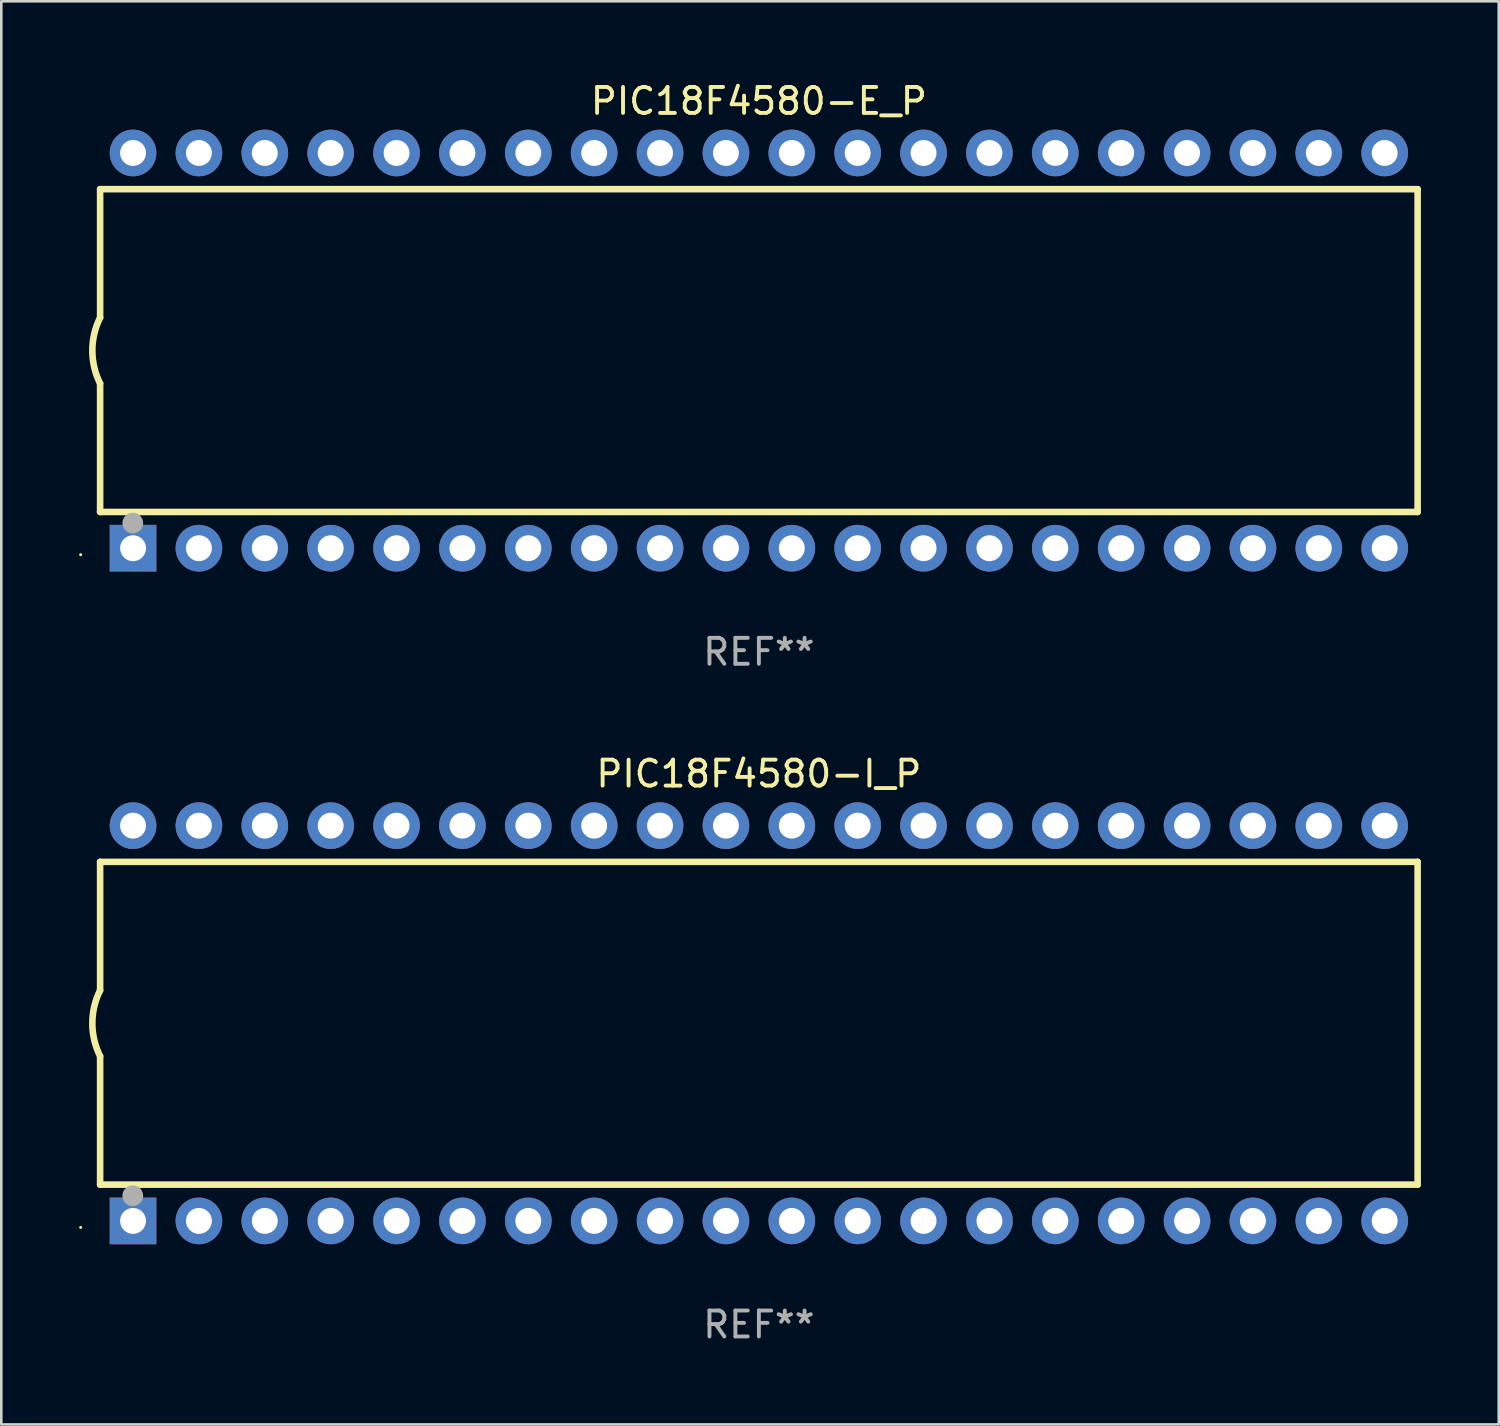
<source format=kicad_pcb>
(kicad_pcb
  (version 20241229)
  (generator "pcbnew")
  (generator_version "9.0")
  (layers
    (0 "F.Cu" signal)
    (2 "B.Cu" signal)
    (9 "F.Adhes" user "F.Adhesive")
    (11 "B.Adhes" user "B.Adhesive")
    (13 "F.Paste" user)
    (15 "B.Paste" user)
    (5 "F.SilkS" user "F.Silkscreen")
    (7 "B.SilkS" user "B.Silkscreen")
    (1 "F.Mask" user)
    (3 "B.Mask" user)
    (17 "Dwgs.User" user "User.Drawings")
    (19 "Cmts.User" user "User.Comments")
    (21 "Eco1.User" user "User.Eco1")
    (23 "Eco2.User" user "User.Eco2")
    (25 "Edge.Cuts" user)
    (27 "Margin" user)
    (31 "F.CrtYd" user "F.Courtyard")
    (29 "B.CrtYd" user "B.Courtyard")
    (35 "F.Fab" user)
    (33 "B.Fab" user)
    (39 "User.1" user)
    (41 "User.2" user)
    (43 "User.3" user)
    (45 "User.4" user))
  (footprint "PIC18F4580-E_P"
    (layer "F.Cu")
    (at 26.21 10.468)
    (property "Reference" "PIC18F4580-E_P" (at 0 -9.62 0) (layer "F.SilkS") (effects (font (size 1 1) (thickness 0.15))))
    (attr through_hole)
    (fp_line (start -25.4 -6.224) (end -25.4 -1.271) (stroke (width 0.254) (type solid)) (layer "F.SilkS"))
    (fp_line (start -25.4 -6.224) (end 25.4 -6.224) (stroke (width 0.254) (type solid)) (layer "F.SilkS"))
    (fp_line (start -25.4 1.269) (end -25.4 6.222) (stroke (width 0.254) (type solid)) (layer "F.SilkS"))
    (fp_line (start -25.4 6.222) (end 25.4 6.222) (stroke (width 0.254) (type solid)) (layer "F.SilkS"))
    (fp_line (start 25.4 6.222) (end 25.4 -6.224) (stroke (width 0.254) (type solid)) (layer "F.SilkS"))
    (fp_arc (start -25.4 1.269241) (mid -25.699807 -0.000762) (end -25.4 -1.270765) (stroke (width 0.254001) (type solid)) (layer "F.SilkS"))
    (fp_circle (center -26.15 7.87) (end -26.12 7.87) (stroke (width 0.06) (type solid)) (fill no) (layer "F.SilkS"))
    (fp_circle (center -24.14 6.65) (end -23.94 6.65) (stroke (width 0.4) (type solid)) (fill no) (layer "F.Fab"))
    (fp_text user "REF**" (at 0 11.62 0) (layer "F.Fab") (effects (font (size 1 1) (thickness 0.15))))
    (pad "1" thru_hole rect (at -24.13 7.62 90) (size 1.8 1.8) (drill 1) (layers "*.Cu" "*.Mask"))
    (pad "2" thru_hole circle (at -21.59 7.62) (size 1.8 1.8) (drill 1) (layers "*.Cu" "*.Mask"))
    (pad "3" thru_hole circle (at -19.05 7.62) (size 1.8 1.8) (drill 1) (layers "*.Cu" "*.Mask"))
    (pad "4" thru_hole circle (at -16.51 7.62) (size 1.8 1.8) (drill 1) (layers "*.Cu" "*.Mask"))
    (pad "5" thru_hole circle (at -13.97 7.62) (size 1.8 1.8) (drill 1) (layers "*.Cu" "*.Mask"))
    (pad "6" thru_hole circle (at -11.43 7.62) (size 1.8 1.8) (drill 1) (layers "*.Cu" "*.Mask"))
    (pad "7" thru_hole circle (at -8.89 7.62) (size 1.8 1.8) (drill 1) (layers "*.Cu" "*.Mask"))
    (pad "8" thru_hole circle (at -6.35 7.62) (size 1.8 1.8) (drill 1) (layers "*.Cu" "*.Mask"))
    (pad "9" thru_hole circle (at -3.81 7.62) (size 1.8 1.8) (drill 1) (layers "*.Cu" "*.Mask"))
    (pad "10" thru_hole circle (at -1.27 7.62) (size 1.8 1.8) (drill 1) (layers "*.Cu" "*.Mask"))
    (pad "11" thru_hole circle (at 1.27 7.62) (size 1.8 1.8) (drill 1) (layers "*.Cu" "*.Mask"))
    (pad "12" thru_hole circle (at 3.81 7.62) (size 1.8 1.8) (drill 1) (layers "*.Cu" "*.Mask"))
    (pad "13" thru_hole circle (at 6.35 7.62) (size 1.8 1.8) (drill 1) (layers "*.Cu" "*.Mask"))
    (pad "14" thru_hole circle (at 8.89 7.62) (size 1.8 1.8) (drill 1) (layers "*.Cu" "*.Mask"))
    (pad "15" thru_hole circle (at 11.43 7.62) (size 1.8 1.8) (drill 1) (layers "*.Cu" "*.Mask"))
    (pad "16" thru_hole circle (at 13.97 7.62) (size 1.8 1.8) (drill 1) (layers "*.Cu" "*.Mask"))
    (pad "17" thru_hole circle (at 16.51 7.62) (size 1.8 1.8) (drill 1) (layers "*.Cu" "*.Mask"))
    (pad "18" thru_hole circle (at 19.05 7.62) (size 1.8 1.8) (drill 1) (layers "*.Cu" "*.Mask"))
    (pad "19" thru_hole circle (at 21.59 7.62) (size 1.8 1.8) (drill 1) (layers "*.Cu" "*.Mask"))
    (pad "20" thru_hole circle (at 24.13 7.62) (size 1.8 1.8) (drill 1) (layers "*.Cu" "*.Mask"))
    (pad "21" thru_hole circle (at 24.13 -7.62) (size 1.8 1.8) (drill 1) (layers "*.Cu" "*.Mask"))
    (pad "22" thru_hole circle (at 21.59 -7.62) (size 1.8 1.8) (drill 1) (layers "*.Cu" "*.Mask"))
    (pad "23" thru_hole circle (at 19.05 -7.62) (size 1.8 1.8) (drill 1) (layers "*.Cu" "*.Mask"))
    (pad "24" thru_hole circle (at 16.51 -7.62) (size 1.8 1.8) (drill 1) (layers "*.Cu" "*.Mask"))
    (pad "25" thru_hole circle (at 13.97 -7.62) (size 1.8 1.8) (drill 1) (layers "*.Cu" "*.Mask"))
    (pad "26" thru_hole circle (at 11.43 -7.62) (size 1.8 1.8) (drill 1) (layers "*.Cu" "*.Mask"))
    (pad "27" thru_hole circle (at 8.89 -7.62) (size 1.8 1.8) (drill 1) (layers "*.Cu" "*.Mask"))
    (pad "28" thru_hole circle (at 6.35 -7.62) (size 1.8 1.8) (drill 1) (layers "*.Cu" "*.Mask"))
    (pad "29" thru_hole circle (at 3.81 -7.62) (size 1.8 1.8) (drill 1) (layers "*.Cu" "*.Mask"))
    (pad "30" thru_hole circle (at 1.27 -7.62) (size 1.8 1.8) (drill 1) (layers "*.Cu" "*.Mask"))
    (pad "31" thru_hole circle (at -1.27 -7.62) (size 1.8 1.8) (drill 1) (layers "*.Cu" "*.Mask"))
    (pad "32" thru_hole circle (at -3.81 -7.62) (size 1.8 1.8) (drill 1) (layers "*.Cu" "*.Mask"))
    (pad "33" thru_hole circle (at -6.35 -7.62) (size 1.8 1.8) (drill 1) (layers "*.Cu" "*.Mask"))
    (pad "34" thru_hole circle (at -8.89 -7.62) (size 1.8 1.8) (drill 1) (layers "*.Cu" "*.Mask"))
    (pad "35" thru_hole circle (at -11.43 -7.62) (size 1.8 1.8) (drill 1) (layers "*.Cu" "*.Mask"))
    (pad "36" thru_hole circle (at -13.97 -7.62) (size 1.8 1.8) (drill 1) (layers "*.Cu" "*.Mask"))
    (pad "37" thru_hole circle (at -16.51 -7.62) (size 1.8 1.8) (drill 1) (layers "*.Cu" "*.Mask"))
    (pad "38" thru_hole circle (at -19.05 -7.62) (size 1.8 1.8) (drill 1) (layers "*.Cu" "*.Mask"))
    (pad "39" thru_hole circle (at -21.59 -7.62) (size 1.8 1.8) (drill 1) (layers "*.Cu" "*.Mask"))
    (pad "40" thru_hole circle (at -24.13 -7.62) (size 1.8 1.8) (drill 1) (layers "*.Cu" "*.Mask")))
  (footprint "PIC18F4580-I_P"
    (layer "F.Cu")
    (at 26.21 36.405)
    (property "Reference" "PIC18F4580-I_P" (at 0 -9.62 0) (layer "F.SilkS") (effects (font (size 1 1) (thickness 0.15))))
    (attr through_hole)
    (fp_line (start -25.4 -6.224) (end -25.4 -1.271) (stroke (width 0.254) (type solid)) (layer "F.SilkS"))
    (fp_line (start -25.4 -6.224) (end 25.4 -6.224) (stroke (width 0.254) (type solid)) (layer "F.SilkS"))
    (fp_line (start -25.4 1.269) (end -25.4 6.222) (stroke (width 0.254) (type solid)) (layer "F.SilkS"))
    (fp_line (start -25.4 6.222) (end 25.4 6.222) (stroke (width 0.254) (type solid)) (layer "F.SilkS"))
    (fp_line (start 25.4 6.222) (end 25.4 -6.224) (stroke (width 0.254) (type solid)) (layer "F.SilkS"))
    (fp_arc (start -25.4 1.269241) (mid -25.699807 -0.000762) (end -25.4 -1.270765) (stroke (width 0.254001) (type solid)) (layer "F.SilkS"))
    (fp_circle (center -26.15 7.87) (end -26.12 7.87) (stroke (width 0.06) (type solid)) (fill no) (layer "F.SilkS"))
    (fp_circle (center -24.14 6.65) (end -23.94 6.65) (stroke (width 0.4) (type solid)) (fill no) (layer "F.Fab"))
    (fp_text user "REF**" (at 0 11.62 0) (layer "F.Fab") (effects (font (size 1 1) (thickness 0.15))))
    (pad "1" thru_hole rect (at -24.13 7.62 90) (size 1.8 1.8) (drill 1) (layers "*.Cu" "*.Mask"))
    (pad "2" thru_hole circle (at -21.59 7.62) (size 1.8 1.8) (drill 1) (layers "*.Cu" "*.Mask"))
    (pad "3" thru_hole circle (at -19.05 7.62) (size 1.8 1.8) (drill 1) (layers "*.Cu" "*.Mask"))
    (pad "4" thru_hole circle (at -16.51 7.62) (size 1.8 1.8) (drill 1) (layers "*.Cu" "*.Mask"))
    (pad "5" thru_hole circle (at -13.97 7.62) (size 1.8 1.8) (drill 1) (layers "*.Cu" "*.Mask"))
    (pad "6" thru_hole circle (at -11.43 7.62) (size 1.8 1.8) (drill 1) (layers "*.Cu" "*.Mask"))
    (pad "7" thru_hole circle (at -8.89 7.62) (size 1.8 1.8) (drill 1) (layers "*.Cu" "*.Mask"))
    (pad "8" thru_hole circle (at -6.35 7.62) (size 1.8 1.8) (drill 1) (layers "*.Cu" "*.Mask"))
    (pad "9" thru_hole circle (at -3.81 7.62) (size 1.8 1.8) (drill 1) (layers "*.Cu" "*.Mask"))
    (pad "10" thru_hole circle (at -1.27 7.62) (size 1.8 1.8) (drill 1) (layers "*.Cu" "*.Mask"))
    (pad "11" thru_hole circle (at 1.27 7.62) (size 1.8 1.8) (drill 1) (layers "*.Cu" "*.Mask"))
    (pad "12" thru_hole circle (at 3.81 7.62) (size 1.8 1.8) (drill 1) (layers "*.Cu" "*.Mask"))
    (pad "13" thru_hole circle (at 6.35 7.62) (size 1.8 1.8) (drill 1) (layers "*.Cu" "*.Mask"))
    (pad "14" thru_hole circle (at 8.89 7.62) (size 1.8 1.8) (drill 1) (layers "*.Cu" "*.Mask"))
    (pad "15" thru_hole circle (at 11.43 7.62) (size 1.8 1.8) (drill 1) (layers "*.Cu" "*.Mask"))
    (pad "16" thru_hole circle (at 13.97 7.62) (size 1.8 1.8) (drill 1) (layers "*.Cu" "*.Mask"))
    (pad "17" thru_hole circle (at 16.51 7.62) (size 1.8 1.8) (drill 1) (layers "*.Cu" "*.Mask"))
    (pad "18" thru_hole circle (at 19.05 7.62) (size 1.8 1.8) (drill 1) (layers "*.Cu" "*.Mask"))
    (pad "19" thru_hole circle (at 21.59 7.62) (size 1.8 1.8) (drill 1) (layers "*.Cu" "*.Mask"))
    (pad "20" thru_hole circle (at 24.13 7.62) (size 1.8 1.8) (drill 1) (layers "*.Cu" "*.Mask"))
    (pad "21" thru_hole circle (at 24.13 -7.62) (size 1.8 1.8) (drill 1) (layers "*.Cu" "*.Mask"))
    (pad "22" thru_hole circle (at 21.59 -7.62) (size 1.8 1.8) (drill 1) (layers "*.Cu" "*.Mask"))
    (pad "23" thru_hole circle (at 19.05 -7.62) (size 1.8 1.8) (drill 1) (layers "*.Cu" "*.Mask"))
    (pad "24" thru_hole circle (at 16.51 -7.62) (size 1.8 1.8) (drill 1) (layers "*.Cu" "*.Mask"))
    (pad "25" thru_hole circle (at 13.97 -7.62) (size 1.8 1.8) (drill 1) (layers "*.Cu" "*.Mask"))
    (pad "26" thru_hole circle (at 11.43 -7.62) (size 1.8 1.8) (drill 1) (layers "*.Cu" "*.Mask"))
    (pad "27" thru_hole circle (at 8.89 -7.62) (size 1.8 1.8) (drill 1) (layers "*.Cu" "*.Mask"))
    (pad "28" thru_hole circle (at 6.35 -7.62) (size 1.8 1.8) (drill 1) (layers "*.Cu" "*.Mask"))
    (pad "29" thru_hole circle (at 3.81 -7.62) (size 1.8 1.8) (drill 1) (layers "*.Cu" "*.Mask"))
    (pad "30" thru_hole circle (at 1.27 -7.62) (size 1.8 1.8) (drill 1) (layers "*.Cu" "*.Mask"))
    (pad "31" thru_hole circle (at -1.27 -7.62) (size 1.8 1.8) (drill 1) (layers "*.Cu" "*.Mask"))
    (pad "32" thru_hole circle (at -3.81 -7.62) (size 1.8 1.8) (drill 1) (layers "*.Cu" "*.Mask"))
    (pad "33" thru_hole circle (at -6.35 -7.62) (size 1.8 1.8) (drill 1) (layers "*.Cu" "*.Mask"))
    (pad "34" thru_hole circle (at -8.89 -7.62) (size 1.8 1.8) (drill 1) (layers "*.Cu" "*.Mask"))
    (pad "35" thru_hole circle (at -11.43 -7.62) (size 1.8 1.8) (drill 1) (layers "*.Cu" "*.Mask"))
    (pad "36" thru_hole circle (at -13.97 -7.62) (size 1.8 1.8) (drill 1) (layers "*.Cu" "*.Mask"))
    (pad "37" thru_hole circle (at -16.51 -7.62) (size 1.8 1.8) (drill 1) (layers "*.Cu" "*.Mask"))
    (pad "38" thru_hole circle (at -19.05 -7.62) (size 1.8 1.8) (drill 1) (layers "*.Cu" "*.Mask"))
    (pad "39" thru_hole circle (at -21.59 -7.62) (size 1.8 1.8) (drill 1) (layers "*.Cu" "*.Mask"))
    (pad "40" thru_hole circle (at -24.13 -7.62) (size 1.8 1.8) (drill 1) (layers "*.Cu" "*.Mask")))
  (gr_rect
    (start -3 -3)
    (end 54.737 51.873)
    (stroke (width 0.1) (type default))
    (fill no)
    (layer "Edge.Cuts")))
</source>
